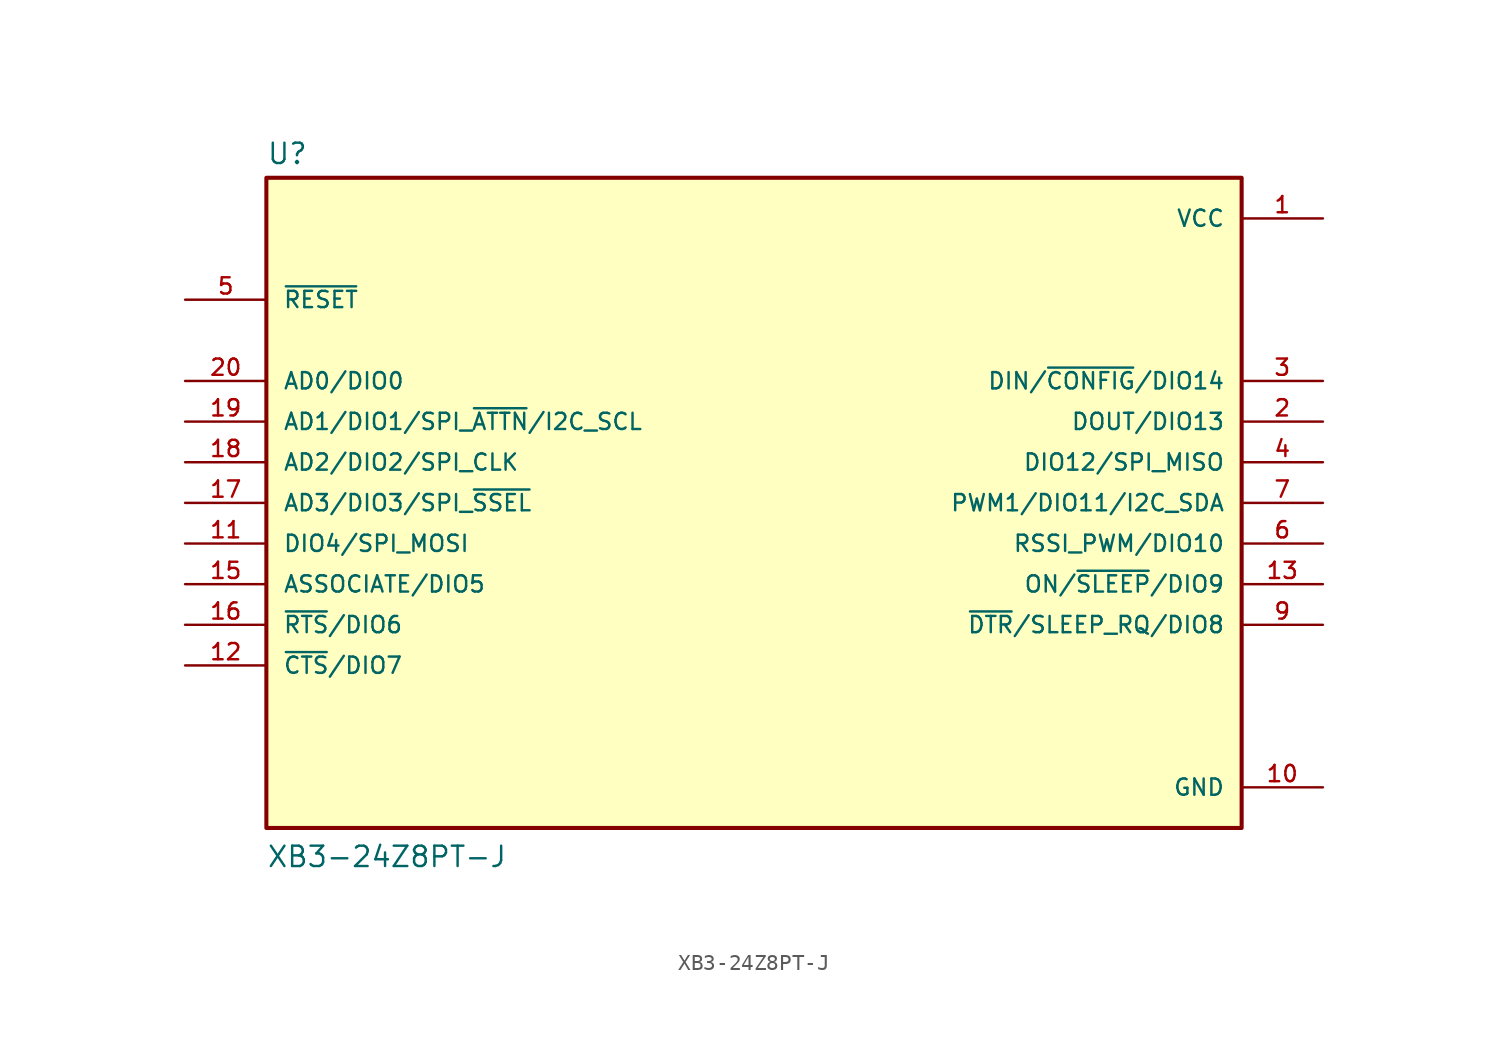
<source format=kicad_sym>
(kicad_symbol_lib
  (version 20211014)
  (generator kicad_symbol_editor)
  (symbol "XB3-24Z8PT-J"
    (pin_names
      (offset 1.016))
    (property "Reference" "U"
      (at -30.48 21.082 0)
      (effects (font (size 1.27 1.27)) (justify bottom left)))
    (property "Value" "XB3-24Z8PT-J"
      (at -30.48 -22.86 0)
      (effects (font (size 1.27 1.27)) (justify bottom left)))
    (symbol "XB3-24Z8PT-J_0_0"
      (rectangle (start -30.48 -20.32) (end 30.48 20.32) (stroke (width 0.254)) (fill (type background)))
      (pin power_in line (at 35.56 17.78 180.0) (length 5.08) (name "VCC" (effects (font (size 1.016 1.016)))) (number "1" (effects (font (size 1.016 1.016)))))
      (pin bidirectional line (at 35.56 5.08 180.0) (length 5.08) (name "DOUT/DIO13" (effects (font (size 1.016 1.016)))) (number "2" (effects (font (size 1.016 1.016)))))
      (pin bidirectional line (at 35.56 7.62 180.0) (length 5.08) (name "DIN/~{CONFIG}/DIO14" (effects (font (size 1.016 1.016)))) (number "3" (effects (font (size 1.016 1.016)))))
      (pin bidirectional line (at 35.56 2.54 180.0) (length 5.08) (name "DIO12/SPI_MISO" (effects (font (size 1.016 1.016)))) (number "4" (effects (font (size 1.016 1.016)))))
      (pin input line (at -35.56 12.7 0) (length 5.08) (name "~{RESET}" (effects (font (size 1.016 1.016)))) (number "5" (effects (font (size 1.016 1.016)))))
      (pin bidirectional line (at 35.56 -2.54 180.0) (length 5.08) (name "RSSI_PWM/DIO10" (effects (font (size 1.016 1.016)))) (number "6" (effects (font (size 1.016 1.016)))))
      (pin bidirectional line (at 35.56 0.0 180.0) (length 5.08) (name "PWM1/DIO11/I2C_SDA" (effects (font (size 1.016 1.016)))) (number "7" (effects (font (size 1.016 1.016)))))
      (pin bidirectional line (at 35.56 -7.62 180.0) (length 5.08) (name "~{DTR}/SLEEP_RQ/DIO8" (effects (font (size 1.016 1.016)))) (number "9" (effects (font (size 1.016 1.016)))))
      (pin power_in line (at 35.56 -17.78 180.0) (length 5.08) (name "GND" (effects (font (size 1.016 1.016)))) (number "10" (effects (font (size 1.016 1.016)))))
      (pin bidirectional line (at -35.56 -2.54 0) (length 5.08) (name "DIO4/SPI_MOSI" (effects (font (size 1.016 1.016)))) (number "11" (effects (font (size 1.016 1.016)))))
      (pin bidirectional line (at -35.56 -10.16 0) (length 5.08) (name "~{CTS}/DIO7" (effects (font (size 1.016 1.016)))) (number "12" (effects (font (size 1.016 1.016)))))
      (pin bidirectional line (at 35.56 -5.08 180.0) (length 5.08) (name "ON/~{SLEEP}/DIO9" (effects (font (size 1.016 1.016)))) (number "13" (effects (font (size 1.016 1.016)))))
      (pin bidirectional line (at -35.56 -5.08 0) (length 5.08) (name "ASSOCIATE/DIO5" (effects (font (size 1.016 1.016)))) (number "15" (effects (font (size 1.016 1.016)))))
      (pin bidirectional line (at -35.56 -7.62 0) (length 5.08) (name "~{RTS}/DIO6" (effects (font (size 1.016 1.016)))) (number "16" (effects (font (size 1.016 1.016)))))
      (pin bidirectional line (at -35.56 0.0 0) (length 5.08) (name "AD3/DIO3/SPI_~{SSEL}" (effects (font (size 1.016 1.016)))) (number "17" (effects (font (size 1.016 1.016)))))
      (pin bidirectional line (at -35.56 2.54 0) (length 5.08) (name "AD2/DIO2/SPI_CLK" (effects (font (size 1.016 1.016)))) (number "18" (effects (font (size 1.016 1.016)))))
      (pin bidirectional line (at -35.56 5.08 0) (length 5.08) (name "AD1/DIO1/SPI_~{ATTN}/I2C_SCL" (effects (font (size 1.016 1.016)))) (number "19" (effects (font (size 1.016 1.016)))))
      (pin bidirectional line (at -35.56 7.62 0) (length 5.08) (name "AD0/DIO0" (effects (font (size 1.016 1.016)))) (number "20" (effects (font (size 1.016 1.016))))))))
</source>
